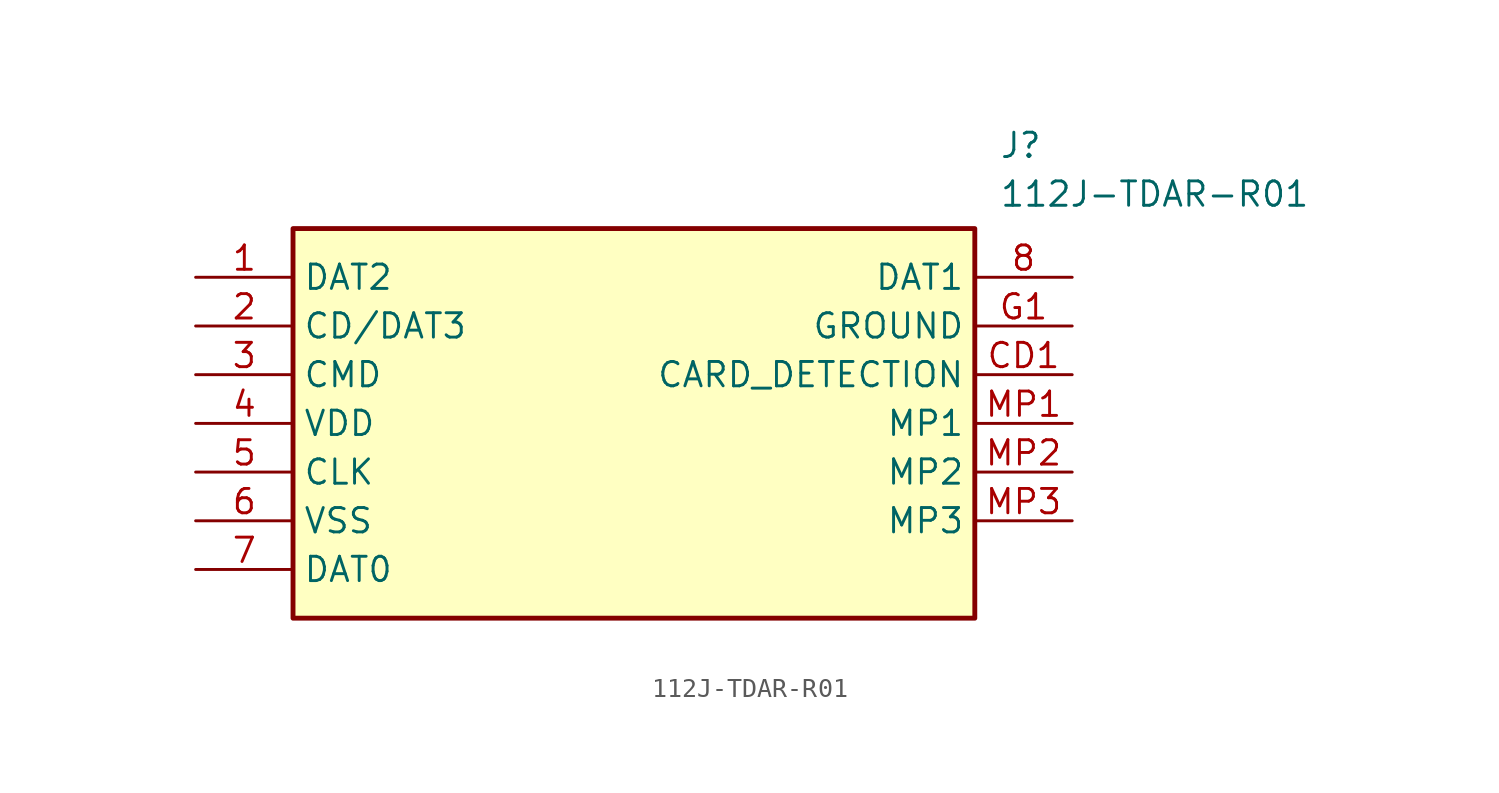
<source format=kicad_sym>
(kicad_symbol_lib
  (version 20211014)
  (generator SamacSys_ECAD_Model)
  (symbol "112J-TDAR-R01"
    (property "Reference" "J"
      (at 41.91 7.62 0)
      (effects (font (size 1.27 1.27)) (justify left top)))
    (property "Value" "112J-TDAR-R01"
      (at 41.91 5.08 0)
      (effects (font (size 1.27 1.27)) (justify left top)))
    (rectangle
      (start 5.08 2.54)
      (end 40.64 -17.78)
      (stroke (width 0.254) (type default))
      (fill (type background)))
    (pin passive line
      (at 0 0 0)
      (length 5.08)
      (name "DAT2" (effects (font (size 1.27 1.27))))
      (number "1" (effects (font (size 1.27 1.27)))))
    (pin passive line
      (at 0 -2.54 0)
      (length 5.08)
      (name "CD/DAT3" (effects (font (size 1.27 1.27))))
      (number "2" (effects (font (size 1.27 1.27)))))
    (pin passive line
      (at 0 -5.08 0)
      (length 5.08)
      (name "CMD" (effects (font (size 1.27 1.27))))
      (number "3" (effects (font (size 1.27 1.27)))))
    (pin passive line
      (at 0 -7.62 0)
      (length 5.08)
      (name "VDD" (effects (font (size 1.27 1.27))))
      (number "4" (effects (font (size 1.27 1.27)))))
    (pin passive line
      (at 0 -10.16 0)
      (length 5.08)
      (name "CLK" (effects (font (size 1.27 1.27))))
      (number "5" (effects (font (size 1.27 1.27)))))
    (pin passive line
      (at 0 -12.7 0)
      (length 5.08)
      (name "VSS" (effects (font (size 1.27 1.27))))
      (number "6" (effects (font (size 1.27 1.27)))))
    (pin passive line
      (at 0 -15.24 0)
      (length 5.08)
      (name "DAT0" (effects (font (size 1.27 1.27))))
      (number "7" (effects (font (size 1.27 1.27)))))
    (pin passive line
      (at 45.72 0 180)
      (length 5.08)
      (name "DAT1" (effects (font (size 1.27 1.27))))
      (number "8" (effects (font (size 1.27 1.27)))))
    (pin passive line
      (at 45.72 -2.54 180)
      (length 5.08)
      (name "GROUND" (effects (font (size 1.27 1.27))))
      (number "G1" (effects (font (size 1.27 1.27)))))
    (pin passive line
      (at 45.72 -5.08 180)
      (length 5.08)
      (name "CARD_DETECTION" (effects (font (size 1.27 1.27))))
      (number "CD1" (effects (font (size 1.27 1.27)))))
    (pin passive line
      (at 45.72 -7.62 180)
      (length 5.08)
      (name "MP1" (effects (font (size 1.27 1.27))))
      (number "MP1" (effects (font (size 1.27 1.27)))))
    (pin passive line
      (at 45.72 -10.16 180)
      (length 5.08)
      (name "MP2" (effects (font (size 1.27 1.27))))
      (number "MP2" (effects (font (size 1.27 1.27)))))
    (pin passive line
      (at 45.72 -12.7 180)
      (length 5.08)
      (name "MP3" (effects (font (size 1.27 1.27))))
      (number "MP3" (effects (font (size 1.27 1.27)))))))
</source>
